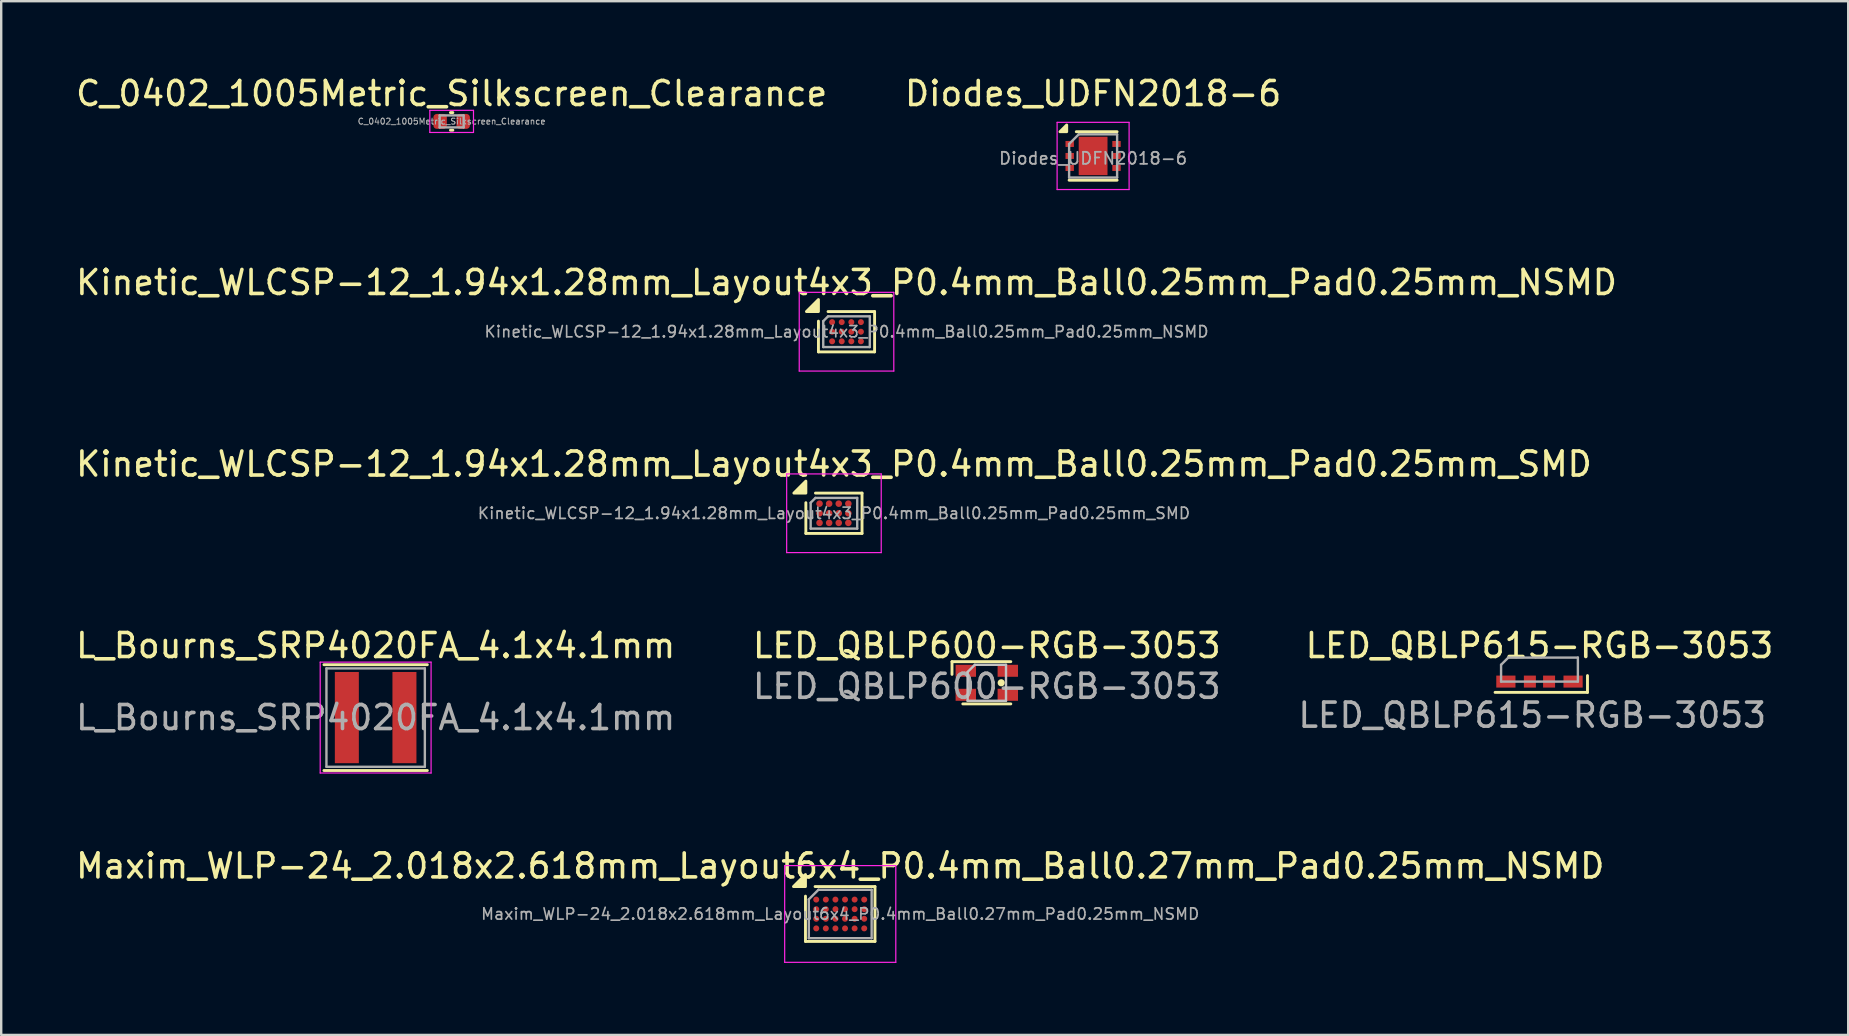
<source format=kicad_pcb>
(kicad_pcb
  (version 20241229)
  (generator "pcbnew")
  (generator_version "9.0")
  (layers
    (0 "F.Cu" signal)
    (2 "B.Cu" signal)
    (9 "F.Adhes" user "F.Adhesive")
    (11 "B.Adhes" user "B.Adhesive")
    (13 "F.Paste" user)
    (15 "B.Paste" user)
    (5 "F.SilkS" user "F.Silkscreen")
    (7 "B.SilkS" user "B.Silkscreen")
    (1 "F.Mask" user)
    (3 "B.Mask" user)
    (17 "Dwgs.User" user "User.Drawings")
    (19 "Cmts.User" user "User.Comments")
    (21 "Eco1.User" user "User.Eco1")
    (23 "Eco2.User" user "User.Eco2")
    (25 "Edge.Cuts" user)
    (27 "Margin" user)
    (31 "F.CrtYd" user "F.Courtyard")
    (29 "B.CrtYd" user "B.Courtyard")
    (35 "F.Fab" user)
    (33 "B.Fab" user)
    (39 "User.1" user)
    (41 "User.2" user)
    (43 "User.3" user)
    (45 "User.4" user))
  (footprint "LED_QBLP615-RGB-3053"
    (layer "F.Cu")
    (at 61.092 25.348)
    (property "Reference" "LED_QBLP615-RGB-3053" (at 0 -1.5 0) (unlocked yes) (layer "F.SilkS") (effects (font (size 1 1) (thickness 0.15))))
    (attr smd)
    (fp_line (start 2 -0.25) (end 2 0.45) (stroke (width 0.12) (type default)) (layer "F.SilkS"))
    (fp_line (start 2 0.45) (end -1.85 0.45) (stroke (width 0.12) (type default)) (layer "F.SilkS"))
    (fp_line (start -1.6 -0.7) (end -1.6 0) (stroke (width 0.1) (type default)) (layer "F.Fab"))
    (fp_line (start -1.3 -1) (end -1.6 -0.7) (stroke (width 0.1) (type default)) (layer "F.Fab"))
    (fp_line (start 1.6 -1) (end -1.3 -1) (stroke (width 0.1) (type default)) (layer "F.Fab"))
    (fp_line (start 1.6 -1) (end 1.6 0) (stroke (width 0.1) (type default)) (layer "F.Fab"))
    (fp_line (start 1.6 0) (end -1.6 0) (stroke (width 0.1) (type default)) (layer "F.Fab"))
    (fp_text user "${REFERENCE}" (at -0.3 1.4 0) (unlocked yes) (layer "F.Fab") (effects (font (size 1 1) (thickness 0.15))))
    (pad "1" smd rect (at 0.4 0) (size 0.5 0.5) (layers "F.Cu" "F.Mask" "F.Paste"))
    (pad "2" smd rect (at -0.4 0) (size 0.5 0.5) (layers "F.Cu" "F.Mask" "F.Paste"))
    (pad "3" smd rect (at -1.4 0) (size 0.8 0.5) (layers "F.Cu" "F.Mask" "F.Paste"))
    (pad "4" smd rect (at 1.4 0) (size 0.8 0.5) (layers "F.Cu" "F.Mask" "F.Paste")))
  (footprint "LED_QBLP600-RGB-3053"
    (layer "F.Cu")
    (at 38.065 25.398)
    (property "Reference" "LED_QBLP600-RGB-3053" (at 0 -1.55 0) (unlocked yes) (layer "F.SilkS") (effects (font (size 1 1) (thickness 0.15))))
    (attr smd)
    (fp_line (start -1.45 -0.88) (end -1.45 -0.35) (stroke (width 0.12) (type default)) (layer "F.SilkS"))
    (fp_line (start 1 -0.88) (end -1.45 -0.88) (stroke (width 0.12) (type default)) (layer "F.SilkS"))
    (fp_line (start 1 0.88) (end -1 0.88) (stroke (width 0.12) (type default)) (layer "F.SilkS"))
    (fp_circle (center 0.6 0) (end 0.7 0) (stroke (width 0.1) (type solid)) (fill yes) (layer "F.SilkS"))
    (fp_line (start -0.8 -0.45) (end -0.8 0.75) (stroke (width 0.1) (type default)) (layer "Dwgs.User"))
    (fp_line (start -0.8 -0.45) (end -0.5 -0.75) (stroke (width 0.1) (type default)) (layer "Dwgs.User"))
    (fp_line (start 0.8 -0.75) (end -0.5 -0.75) (stroke (width 0.1) (type default)) (layer "Dwgs.User"))
    (fp_line (start 0.8 -0.75) (end 0.8 0.75) (stroke (width 0.1) (type default)) (layer "Dwgs.User"))
    (fp_line (start 0.8 0.75) (end -0.8 0.75) (stroke (width 0.1) (type default)) (layer "Dwgs.User"))
    (fp_text user "${REFERENCE}" (at 0 0.15 0) (unlocked yes) (layer "F.Fab") (effects (font (size 1 1) (thickness 0.15))))
    (pad "1" smd rect (at -0.875 -0.5) (size 0.85 0.5) (layers "F.Cu" "F.Mask" "F.Paste"))
    (pad "2" smd rect (at 0.875 -0.5) (size 0.85 0.5) (layers "F.Cu" "F.Mask" "F.Paste"))
    (pad "3" smd rect (at -0.875 0.5) (size 0.85 0.5) (layers "F.Cu" "F.Mask" "F.Paste"))
    (pad "4" smd rect (at 0.875 0.5) (size 0.85 0.5) (layers "F.Cu" "F.Mask" "F.Paste")))
  (footprint "Kinetic_WLCSP-12_1.94x1.28mm_Layout4x3_P0.4mm_Ball0.25mm_Pad0.25mm_SMD"
    (layer "F.Cu")
    (at 31.696 18.335)
    (property "Reference" "Kinetic_WLCSP-12_1.94x1.28mm_Layout4x3_P0.4mm_Ball0.25mm_Pad0.25mm_SMD" (at 0 -2.05 0) (layer "F.SilkS") (effects (font (size 1 1) (thickness 0.15))))
    (attr smd)
    (fp_line (start -1.17 0.84) (end -1.17 -0.44) (stroke (width 0.12) (type solid)) (layer "F.SilkS"))
    (fp_line (start -0.77 -0.84) (end 1.17 -0.84) (stroke (width 0.12) (type solid)) (layer "F.SilkS"))
    (fp_line (start 1.17 -0.84) (end 1.17 0.84) (stroke (width 0.12) (type solid)) (layer "F.SilkS"))
    (fp_line (start 1.17 0.84) (end -1.17 0.84) (stroke (width 0.12) (type solid)) (layer "F.SilkS"))
    (fp_poly (pts (xy -1.17 -0.84) (xy -1.67 -0.84) (xy -1.17 -1.34) (xy -1.17 -0.84)) (stroke (width 0.12) (type solid)) (fill yes) (layer "F.SilkS"))
    (fp_line (start -1.97 -1.64) (end 1.97 -1.64) (stroke (width 0.05) (type solid)) (layer "F.CrtYd"))
    (fp_line (start -1.97 1.64) (end -1.97 -1.64) (stroke (width 0.05) (type solid)) (layer "F.CrtYd"))
    (fp_line (start 1.97 -1.64) (end 1.97 1.64) (stroke (width 0.05) (type solid)) (layer "F.CrtYd"))
    (fp_line (start 1.97 1.64) (end -1.97 1.64) (stroke (width 0.05) (type solid)) (layer "F.CrtYd"))
    (fp_line (start -0.97 -0.44) (end -0.97 0.64) (stroke (width 0.1) (type solid)) (layer "F.Fab"))
    (fp_line (start -0.97 0.64) (end 0.97 0.64) (stroke (width 0.1) (type solid)) (layer "F.Fab"))
    (fp_line (start -0.77 -0.64) (end -0.97 -0.44) (stroke (width 0.1) (type solid)) (layer "F.Fab"))
    (fp_line (start 0.97 -0.64) (end -0.77 -0.64) (stroke (width 0.1) (type solid)) (layer "F.Fab"))
    (fp_line (start 0.97 0.64) (end 0.97 -0.64) (stroke (width 0.1) (type solid)) (layer "F.Fab"))
    (fp_text user "${REFERENCE}" (at 0 0 0) (unlocked yes) (layer "F.Fab") (effects (font (size 0.47 0.47) (thickness 0.07))))
    (pad "A1" smd circle (at -0.6 -0.4) (size 0.275 0.275) (property pad_prop_bga) (layers "F.Cu" "F.Mask" "F.Paste"))
    (pad "A2" smd circle (at -0.2 -0.4) (size 0.275 0.275) (property pad_prop_bga) (layers "F.Cu" "F.Mask" "F.Paste"))
    (pad "A3" smd circle (at 0.2 -0.4) (size 0.275 0.275) (property pad_prop_bga) (layers "F.Cu" "F.Mask" "F.Paste"))
    (pad "A4" smd circle (at 0.6 -0.4) (size 0.275 0.275) (property pad_prop_bga) (layers "F.Cu" "F.Mask" "F.Paste"))
    (pad "B1" smd circle (at -0.6 0) (size 0.275 0.275) (property pad_prop_bga) (layers "F.Cu" "F.Mask" "F.Paste"))
    (pad "B2" smd circle (at -0.2 0) (size 0.275 0.275) (property pad_prop_bga) (layers "F.Cu" "F.Mask" "F.Paste"))
    (pad "B3" smd circle (at 0.2 0) (size 0.275 0.275) (property pad_prop_bga) (layers "F.Cu" "F.Mask" "F.Paste"))
    (pad "B4" smd circle (at 0.6 0) (size 0.275 0.275) (property pad_prop_bga) (layers "F.Cu" "F.Mask" "F.Paste"))
    (pad "C1" smd circle (at -0.6 0.4) (size 0.275 0.275) (property pad_prop_bga) (layers "F.Cu" "F.Mask" "F.Paste"))
    (pad "C2" smd circle (at -0.2 0.4) (size 0.275 0.275) (property pad_prop_bga) (layers "F.Cu" "F.Mask" "F.Paste"))
    (pad "C3" smd circle (at 0.2 0.4) (size 0.275 0.275) (property pad_prop_bga) (layers "F.Cu" "F.Mask" "F.Paste"))
    (pad "C4" smd circle (at 0.6 0.4) (size 0.275 0.275) (property pad_prop_bga) (layers "F.Cu" "F.Mask" "F.Paste")))
  (footprint "L_Bourns_SRP4020FA_4.1x4.1mm"
    (layer "F.Cu")
    (at 12.601 26.848)
    (property "Reference" "L_Bourns_SRP4020FA_4.1x4.1mm" (at 0 -3 0) (layer "F.SilkS") (effects (font (size 1 1) (thickness 0.15))))
    (attr smd)
    (fp_line (start -2.154 -2.204) (end 2.154 -2.204) (stroke (width 0.12) (type solid)) (layer "F.SilkS"))
    (fp_line (start 2.154 2.204) (end -2.154 2.204) (stroke (width 0.12) (type solid)) (layer "F.SilkS"))
    (fp_line (start -2.31 -2.31) (end 2.31 -2.31) (stroke (width 0.05) (type solid)) (layer "F.CrtYd"))
    (fp_line (start -2.31 2.31) (end -2.31 -2.31) (stroke (width 0.05) (type solid)) (layer "F.CrtYd"))
    (fp_line (start 2.31 -2.31) (end 2.31 2.31) (stroke (width 0.05) (type solid)) (layer "F.CrtYd"))
    (fp_line (start 2.31 2.31) (end -2.31 2.31) (stroke (width 0.05) (type solid)) (layer "F.CrtYd"))
    (fp_line (start -2.05 -2.05) (end 2.05 -2.05) (stroke (width 0.1) (type solid)) (layer "F.Fab"))
    (fp_line (start -2.05 2.05) (end -2.05 -2.05) (stroke (width 0.1) (type solid)) (layer "F.Fab"))
    (fp_line (start 2.05 -2.05) (end 2.05 2.05) (stroke (width 0.1) (type solid)) (layer "F.Fab"))
    (fp_line (start 2.05 2.05) (end -2.05 2.05) (stroke (width 0.1) (type solid)) (layer "F.Fab"))
    (fp_text user "${REFERENCE}" (at 0 0 0) (layer "F.Fab") (effects (font (size 1 1) (thickness 0.15))))
    (pad "1" smd rect (at -1.2 0) (size 1 3.8) (layers "F.Cu" "F.Mask" "F.Paste"))
    (pad "2" smd rect (at 1.2 0) (size 1 3.8) (layers "F.Cu" "F.Mask" "F.Paste")))
  (footprint "Diodes_UDFN2018-6"
    (layer "F.Cu")
    (at 42.494 3.448)
    (property "Reference" "Diodes_UDFN2018-6" (at 0 -2.6 0) (layer "F.SilkS") (effects (font (size 1 1) (thickness 0.15))))
    (attr smd)
    (fp_line (start 1 -1.01) (end -0.7 -1.01) (stroke (width 0.12) (type solid)) (layer "F.SilkS"))
    (fp_line (start 1 1.01) (end -1 1.01) (stroke (width 0.12) (type solid)) (layer "F.SilkS"))
    (fp_poly (pts (xy -1.1 -1.01) (xy -1.38 -1.01) (xy -1.1 -1.29) (xy -1.1 -1.01)) (stroke (width 0.12) (type solid)) (fill yes) (layer "F.SilkS"))
    (fp_line (start -1.5 -1.4) (end -1.5 1.4) (stroke (width 0.05) (type solid)) (layer "F.CrtYd"))
    (fp_line (start -1.5 1.4) (end 1.5 1.4) (stroke (width 0.05) (type solid)) (layer "F.CrtYd"))
    (fp_line (start 1.5 -1.4) (end -1.5 -1.4) (stroke (width 0.05) (type solid)) (layer "F.CrtYd"))
    (fp_line (start 1.5 1.4) (end 1.5 -1.4) (stroke (width 0.05) (type solid)) (layer "F.CrtYd"))
    (fp_line (start -1 0.9) (end -1 -0.5) (stroke (width 0.1) (type solid)) (layer "F.Fab"))
    (fp_line (start -0.6 -0.9) (end -1 -0.5) (stroke (width 0.1) (type solid)) (layer "F.Fab"))
    (fp_line (start -0.6 -0.9) (end 1 -0.9) (stroke (width 0.1) (type solid)) (layer "F.Fab"))
    (fp_line (start 1 -0.9) (end 1 0.9) (stroke (width 0.1) (type solid)) (layer "F.Fab"))
    (fp_line (start 1 0.9) (end -1 0.9) (stroke (width 0.1) (type solid)) (layer "F.Fab"))
    (fp_text user "${REFERENCE}" (at 0 0.1 0) (layer "F.Fab") (effects (font (size 0.5 0.5) (thickness 0.075))))
    (pad "1" smd rect (at -0.975 -0.5) (size 0.35 0.25) (layers "F.Cu" "F.Mask" "F.Paste"))
    (pad "2" smd rect (at -0.975 0) (size 0.35 0.25) (layers "F.Cu" "F.Mask" "F.Paste"))
    (pad "3" smd rect (at -0.975 0.5) (size 0.35 0.25) (layers "F.Cu" "F.Mask" "F.Paste"))
    (pad "4" smd rect (at 0.975 0.5) (size 0.35 0.25) (layers "F.Cu" "F.Mask" "F.Paste"))
    (pad "5" smd rect (at 0.975 0) (size 0.35 0.25) (layers "F.Cu" "F.Mask" "F.Paste"))
    (pad "6" smd rect (at 0.975 -0.5) (size 0.35 0.25) (layers "F.Cu" "F.Mask" "F.Paste"))
    (pad "7" smd rect (at 0 0) (size 1.2 1.6) (layers "F.Cu" "F.Mask" "F.Paste")))
  (footprint "Kinetic_WLCSP-12_1.94x1.28mm_Layout4x3_P0.4mm_Ball0.25mm_Pad0.25mm_NSMD"
    (layer "F.Cu")
    (at 32.22 10.771)
    (property "Reference" "Kinetic_WLCSP-12_1.94x1.28mm_Layout4x3_P0.4mm_Ball0.25mm_Pad0.25mm_NSMD" (at 0 -2.05 0) (layer "F.SilkS") (effects (font (size 1 1) (thickness 0.15))))
    (attr smd)
    (fp_line (start -1.17 0.84) (end -1.17 -0.44) (stroke (width 0.12) (type solid)) (layer "F.SilkS"))
    (fp_line (start -0.77 -0.84) (end 1.17 -0.84) (stroke (width 0.12) (type solid)) (layer "F.SilkS"))
    (fp_line (start 1.17 -0.84) (end 1.17 0.84) (stroke (width 0.12) (type solid)) (layer "F.SilkS"))
    (fp_line (start 1.17 0.84) (end -1.17 0.84) (stroke (width 0.12) (type solid)) (layer "F.SilkS"))
    (fp_poly (pts (xy -1.17 -0.84) (xy -1.67 -0.84) (xy -1.17 -1.34) (xy -1.17 -0.84)) (stroke (width 0.12) (type solid)) (fill yes) (layer "F.SilkS"))
    (fp_line (start -1.97 -1.64) (end 1.97 -1.64) (stroke (width 0.05) (type solid)) (layer "F.CrtYd"))
    (fp_line (start -1.97 1.64) (end -1.97 -1.64) (stroke (width 0.05) (type solid)) (layer "F.CrtYd"))
    (fp_line (start 1.97 -1.64) (end 1.97 1.64) (stroke (width 0.05) (type solid)) (layer "F.CrtYd"))
    (fp_line (start 1.97 1.64) (end -1.97 1.64) (stroke (width 0.05) (type solid)) (layer "F.CrtYd"))
    (fp_line (start -0.97 -0.44) (end -0.97 0.64) (stroke (width 0.1) (type solid)) (layer "F.Fab"))
    (fp_line (start -0.97 0.64) (end 0.97 0.64) (stroke (width 0.1) (type solid)) (layer "F.Fab"))
    (fp_line (start -0.77 -0.64) (end -0.97 -0.44) (stroke (width 0.1) (type solid)) (layer "F.Fab"))
    (fp_line (start 0.97 -0.64) (end -0.77 -0.64) (stroke (width 0.1) (type solid)) (layer "F.Fab"))
    (fp_line (start 0.97 0.64) (end 0.97 -0.64) (stroke (width 0.1) (type solid)) (layer "F.Fab"))
    (fp_text user "${REFERENCE}" (at 0 0 0) (unlocked yes) (layer "F.Fab") (effects (font (size 0.47 0.47) (thickness 0.07))))
    (pad "A1" smd circle (at -0.6 -0.4) (size 0.25 0.25) (property pad_prop_bga) (layers "F.Cu" "F.Mask" "F.Paste"))
    (pad "A2" smd circle (at -0.2 -0.4) (size 0.25 0.25) (property pad_prop_bga) (layers "F.Cu" "F.Mask" "F.Paste"))
    (pad "A3" smd circle (at 0.2 -0.4) (size 0.25 0.25) (property pad_prop_bga) (layers "F.Cu" "F.Mask" "F.Paste"))
    (pad "A4" smd circle (at 0.6 -0.4) (size 0.25 0.25) (property pad_prop_bga) (layers "F.Cu" "F.Mask" "F.Paste"))
    (pad "B1" smd circle (at -0.6 0) (size 0.25 0.25) (property pad_prop_bga) (layers "F.Cu" "F.Mask" "F.Paste"))
    (pad "B2" smd circle (at -0.2 0) (size 0.25 0.25) (property pad_prop_bga) (layers "F.Cu" "F.Mask" "F.Paste"))
    (pad "B3" smd circle (at 0.2 0) (size 0.25 0.25) (property pad_prop_bga) (layers "F.Cu" "F.Mask" "F.Paste"))
    (pad "B4" smd circle (at 0.6 0) (size 0.25 0.25) (property pad_prop_bga) (layers "F.Cu" "F.Mask" "F.Paste"))
    (pad "C1" smd circle (at -0.6 0.4) (size 0.25 0.25) (property pad_prop_bga) (layers "F.Cu" "F.Mask" "F.Paste"))
    (pad "C2" smd circle (at -0.2 0.4) (size 0.25 0.25) (property pad_prop_bga) (layers "F.Cu" "F.Mask" "F.Paste"))
    (pad "C3" smd circle (at 0.2 0.4) (size 0.25 0.25) (property pad_prop_bga) (layers "F.Cu" "F.Mask" "F.Paste"))
    (pad "C4" smd circle (at 0.6 0.4) (size 0.25 0.25) (property pad_prop_bga) (layers "F.Cu" "F.Mask" "F.Paste")))
  (footprint "Maxim_WLP-24_2.018x2.618mm_Layout6x4_P0.4mm_Ball0.27mm_Pad0.25mm_NSMD"
    (layer "F.Cu")
    (at 31.958 35.031)
    (property "Reference" "Maxim_WLP-24_2.018x2.618mm_Layout6x4_P0.4mm_Ball0.27mm_Pad0.25mm_NSMD" (at 0 -2 0) (unlocked yes) (layer "F.SilkS") (effects (font (size 1 1) (thickness 0.15))))
    (attr smd)
    (fp_line (start -1.448 1.143) (end -1.448 -0.743) (stroke (width 0.12) (type solid)) (layer "F.SilkS"))
    (fp_line (start -1.048 -1.143) (end 1.448 -1.143) (stroke (width 0.12) (type solid)) (layer "F.SilkS"))
    (fp_line (start 1.448 -1.143) (end 1.448 1.143) (stroke (width 0.12) (type solid)) (layer "F.SilkS"))
    (fp_line (start 1.448 1.143) (end -1.448 1.143) (stroke (width 0.12) (type solid)) (layer "F.SilkS"))
    (fp_poly (pts (xy -1.448 -1.143) (xy -1.948 -1.143) (xy -1.448 -1.643) (xy -1.448 -1.143)) (stroke (width 0.12) (type solid)) (fill yes) (layer "F.SilkS"))
    (fp_line (start -2.315 -2.015) (end 2.315 -2.015) (stroke (width 0.05) (type solid)) (layer "F.CrtYd"))
    (fp_line (start -2.315 2.015) (end -2.315 -2.015) (stroke (width 0.05) (type solid)) (layer "F.CrtYd"))
    (fp_line (start 2.315 -2.015) (end 2.315 2.015) (stroke (width 0.05) (type solid)) (layer "F.CrtYd"))
    (fp_line (start 2.315 2.015) (end -2.315 2.015) (stroke (width 0.05) (type solid)) (layer "F.CrtYd"))
    (fp_line (start -1.309 -0.609) (end -1.309 1.009) (stroke (width 0.1) (type solid)) (layer "F.Fab"))
    (fp_line (start -1.309 1.009) (end 1.309 1.009) (stroke (width 0.1) (type solid)) (layer "F.Fab"))
    (fp_line (start -0.909 -1.009) (end -1.309 -0.609) (stroke (width 0.1) (type solid)) (layer "F.Fab"))
    (fp_line (start 1.309 -1.009) (end -0.909 -1.009) (stroke (width 0.1) (type solid)) (layer "F.Fab"))
    (fp_line (start 1.309 1.009) (end 1.309 -1.009) (stroke (width 0.1) (type solid)) (layer "F.Fab"))
    (fp_text user "${REFERENCE}" (at 0 0 0) (unlocked yes) (layer "F.Fab") (effects (font (size 0.47 0.47) (thickness 0.07))))
    (pad "A1" smd circle (at -1 -0.6) (size 0.25 0.25) (property pad_prop_bga) (layers "F.Cu" "F.Mask" "F.Paste"))
    (pad "A2" smd circle (at -0.6 -0.6) (size 0.25 0.25) (property pad_prop_bga) (layers "F.Cu" "F.Mask" "F.Paste"))
    (pad "A3" smd circle (at -0.2 -0.6) (size 0.25 0.25) (property pad_prop_bga) (layers "F.Cu" "F.Mask" "F.Paste"))
    (pad "A4" smd circle (at 0.2 -0.6) (size 0.25 0.25) (property pad_prop_bga) (layers "F.Cu" "F.Mask" "F.Paste"))
    (pad "A5" smd circle (at 0.6 -0.6) (size 0.25 0.25) (property pad_prop_bga) (layers "F.Cu" "F.Mask" "F.Paste"))
    (pad "A6" smd circle (at 1 -0.6) (size 0.25 0.25) (property pad_prop_bga) (layers "F.Cu" "F.Mask" "F.Paste"))
    (pad "B1" smd circle (at -1 -0.2) (size 0.25 0.25) (property pad_prop_bga) (layers "F.Cu" "F.Mask" "F.Paste"))
    (pad "B2" smd circle (at -0.6 -0.2) (size 0.25 0.25) (property pad_prop_bga) (layers "F.Cu" "F.Mask" "F.Paste"))
    (pad "B3" smd circle (at -0.2 -0.2) (size 0.25 0.25) (property pad_prop_bga) (layers "F.Cu" "F.Mask" "F.Paste"))
    (pad "B4" smd circle (at 0.2 -0.2) (size 0.25 0.25) (property pad_prop_bga) (layers "F.Cu" "F.Mask" "F.Paste"))
    (pad "B5" smd circle (at 0.6 -0.2) (size 0.25 0.25) (property pad_prop_bga) (layers "F.Cu" "F.Mask" "F.Paste"))
    (pad "B6" smd circle (at 1 -0.2) (size 0.25 0.25) (property pad_prop_bga) (layers "F.Cu" "F.Mask" "F.Paste"))
    (pad "C1" smd circle (at -1 0.2) (size 0.25 0.25) (property pad_prop_bga) (layers "F.Cu" "F.Mask" "F.Paste"))
    (pad "C2" smd circle (at -0.6 0.2) (size 0.25 0.25) (property pad_prop_bga) (layers "F.Cu" "F.Mask" "F.Paste"))
    (pad "C3" smd circle (at -0.2 0.2) (size 0.25 0.25) (property pad_prop_bga) (layers "F.Cu" "F.Mask" "F.Paste"))
    (pad "C4" smd circle (at 0.2 0.2) (size 0.25 0.25) (property pad_prop_bga) (layers "F.Cu" "F.Mask" "F.Paste"))
    (pad "C5" smd circle (at 0.6 0.2) (size 0.25 0.25) (property pad_prop_bga) (layers "F.Cu" "F.Mask" "F.Paste"))
    (pad "C6" smd circle (at 1 0.2) (size 0.25 0.25) (property pad_prop_bga) (layers "F.Cu" "F.Mask" "F.Paste"))
    (pad "D1" smd circle (at -1 0.6) (size 0.25 0.25) (property pad_prop_bga) (layers "F.Cu" "F.Mask" "F.Paste"))
    (pad "D2" smd circle (at -0.6 0.6) (size 0.25 0.25) (property pad_prop_bga) (layers "F.Cu" "F.Mask" "F.Paste"))
    (pad "D3" smd circle (at -0.2 0.6) (size 0.25 0.25) (property pad_prop_bga) (layers "F.Cu" "F.Mask" "F.Paste"))
    (pad "D4" smd circle (at 0.2 0.6) (size 0.25 0.25) (property pad_prop_bga) (layers "F.Cu" "F.Mask" "F.Paste"))
    (pad "D5" smd circle (at 0.6 0.6) (size 0.25 0.25) (property pad_prop_bga) (layers "F.Cu" "F.Mask" "F.Paste"))
    (pad "D6" smd circle (at 1 0.6) (size 0.25 0.25) (property pad_prop_bga) (layers "F.Cu" "F.Mask" "F.Paste")))
  (footprint "C_0402_1005Metric_Silkscreen_Clearance"
    (layer "F.Cu")
    (at 15.768 2.008)
    (property "Reference" "C_0402_1005Metric_Silkscreen_Clearance" (at 0 -1.16 0) (layer "F.SilkS") (effects (font (size 1 1) (thickness 0.15))))
    (attr smd)
    (fp_line (start -0.05 -0.367) (end 0.05 -0.367) (stroke (width 0.12) (type solid)) (layer "F.SilkS"))
    (fp_line (start -0.05 0.367) (end 0.05 0.367) (stroke (width 0.12) (type solid)) (layer "F.SilkS"))
    (fp_line (start -0.91 -0.46) (end 0.91 -0.46) (stroke (width 0.05) (type solid)) (layer "F.CrtYd"))
    (fp_line (start -0.91 0.46) (end -0.91 -0.46) (stroke (width 0.05) (type solid)) (layer "F.CrtYd"))
    (fp_line (start 0.91 -0.46) (end 0.91 0.46) (stroke (width 0.05) (type solid)) (layer "F.CrtYd"))
    (fp_line (start 0.91 0.46) (end -0.91 0.46) (stroke (width 0.05) (type solid)) (layer "F.CrtYd"))
    (fp_line (start -0.5 -0.25) (end 0.5 -0.25) (stroke (width 0.1) (type solid)) (layer "F.Fab"))
    (fp_line (start -0.5 0.25) (end -0.5 -0.25) (stroke (width 0.1) (type solid)) (layer "F.Fab"))
    (fp_line (start 0.5 -0.25) (end 0.5 0.25) (stroke (width 0.1) (type solid)) (layer "F.Fab"))
    (fp_line (start 0.5 0.25) (end -0.5 0.25) (stroke (width 0.1) (type solid)) (layer "F.Fab"))
    (fp_text user "${REFERENCE}" (at 0 0 0) (layer "F.Fab") (effects (font (size 0.25 0.25) (thickness 0.04))))
    (pad "1" smd roundrect (at -0.48 0) (size 0.56 0.62) (layers "F.Cu" "F.Mask" "F.Paste") (roundrect_rratio 0.25))
    (pad "2" smd roundrect (at 0.48 0) (size 0.56 0.62) (layers "F.Cu" "F.Mask" "F.Paste") (roundrect_rratio 0.25)))
  (gr_rect
    (start -3 -3)
    (end 73.955 40.071)
    (stroke (width 0.1) (type default))
    (fill no)
    (layer "Edge.Cuts")))
</source>
